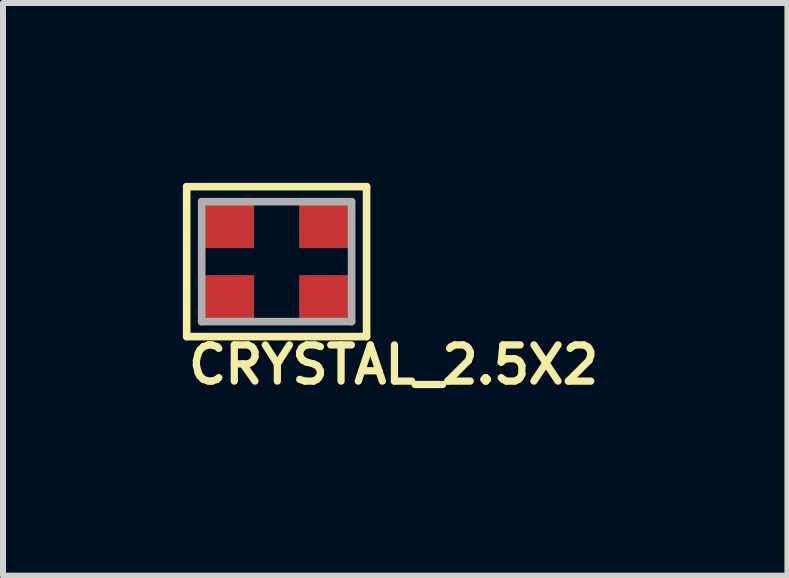
<source format=kicad_pcb>
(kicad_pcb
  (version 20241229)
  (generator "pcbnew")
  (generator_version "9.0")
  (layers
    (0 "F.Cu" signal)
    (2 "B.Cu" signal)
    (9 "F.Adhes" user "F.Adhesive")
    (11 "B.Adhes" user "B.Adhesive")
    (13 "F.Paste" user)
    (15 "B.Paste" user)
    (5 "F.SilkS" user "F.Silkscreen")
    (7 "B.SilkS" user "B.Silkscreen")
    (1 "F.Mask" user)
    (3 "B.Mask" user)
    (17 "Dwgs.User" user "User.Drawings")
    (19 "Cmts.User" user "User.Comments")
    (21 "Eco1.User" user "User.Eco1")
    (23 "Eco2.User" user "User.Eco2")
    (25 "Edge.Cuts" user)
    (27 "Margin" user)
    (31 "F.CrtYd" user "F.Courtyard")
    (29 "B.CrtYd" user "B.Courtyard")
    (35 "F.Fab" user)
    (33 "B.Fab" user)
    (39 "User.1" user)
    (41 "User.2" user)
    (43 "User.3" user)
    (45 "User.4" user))
  (footprint "CRYSTAL_2.5X2"
    (layer "F.Cu")
    (at 1.563 1.313)
    (property "Reference" "CRYSTAL_2.5X2" (at -1.532 2.072 0) (layer "F.SilkS") (effects (font (size 0.603 0.603) (thickness 0.121)) (justify left bottom)))
    (attr through_hole)
    (fp_line (start -1.5 -1.25) (end 1.5 -1.25) (stroke (width 0.127) (type solid)) (layer "F.SilkS"))
    (fp_line (start -1.5 1.25) (end -1.5 -1.25) (stroke (width 0.127) (type solid)) (layer "F.SilkS"))
    (fp_line (start 1.5 -1.25) (end 1.5 1.25) (stroke (width 0.127) (type solid)) (layer "F.SilkS"))
    (fp_line (start 1.5 1.25) (end -1.5 1.25) (stroke (width 0.127) (type solid)) (layer "F.SilkS"))
    (fp_line (start -1.25 -1) (end 1.25 -1) (stroke (width 0.127) (type solid)) (layer "F.Fab"))
    (fp_line (start -1.25 1) (end -1.25 -1) (stroke (width 0.127) (type solid)) (layer "F.Fab"))
    (fp_line (start 1.25 -1) (end 1.25 1) (stroke (width 0.127) (type solid)) (layer "F.Fab"))
    (fp_line (start 1.25 1) (end -1.25 1) (stroke (width 0.127) (type solid)) (layer "F.Fab"))
    (pad "1" smd rect (at -0.825 0.625) (size 0.9 0.8) (layers "F.Cu" "F.Mask" "F.Paste"))
    (pad "2" smd rect (at 0.825 0.625) (size 0.9 0.8) (layers "F.Cu" "F.Mask" "F.Paste"))
    (pad "3" smd rect (at 0.825 -0.625) (size 0.9 0.8) (layers "F.Cu" "F.Mask" "F.Paste"))
    (pad "4" smd rect (at -0.825 -0.625) (size 0.9 0.8) (layers "F.Cu" "F.Mask" "F.Paste")))
  (gr_rect
    (start -3 -3)
    (end 10.081 6.55)
    (stroke (width 0.1) (type default))
    (fill no)
    (layer "Edge.Cuts")))
</source>
